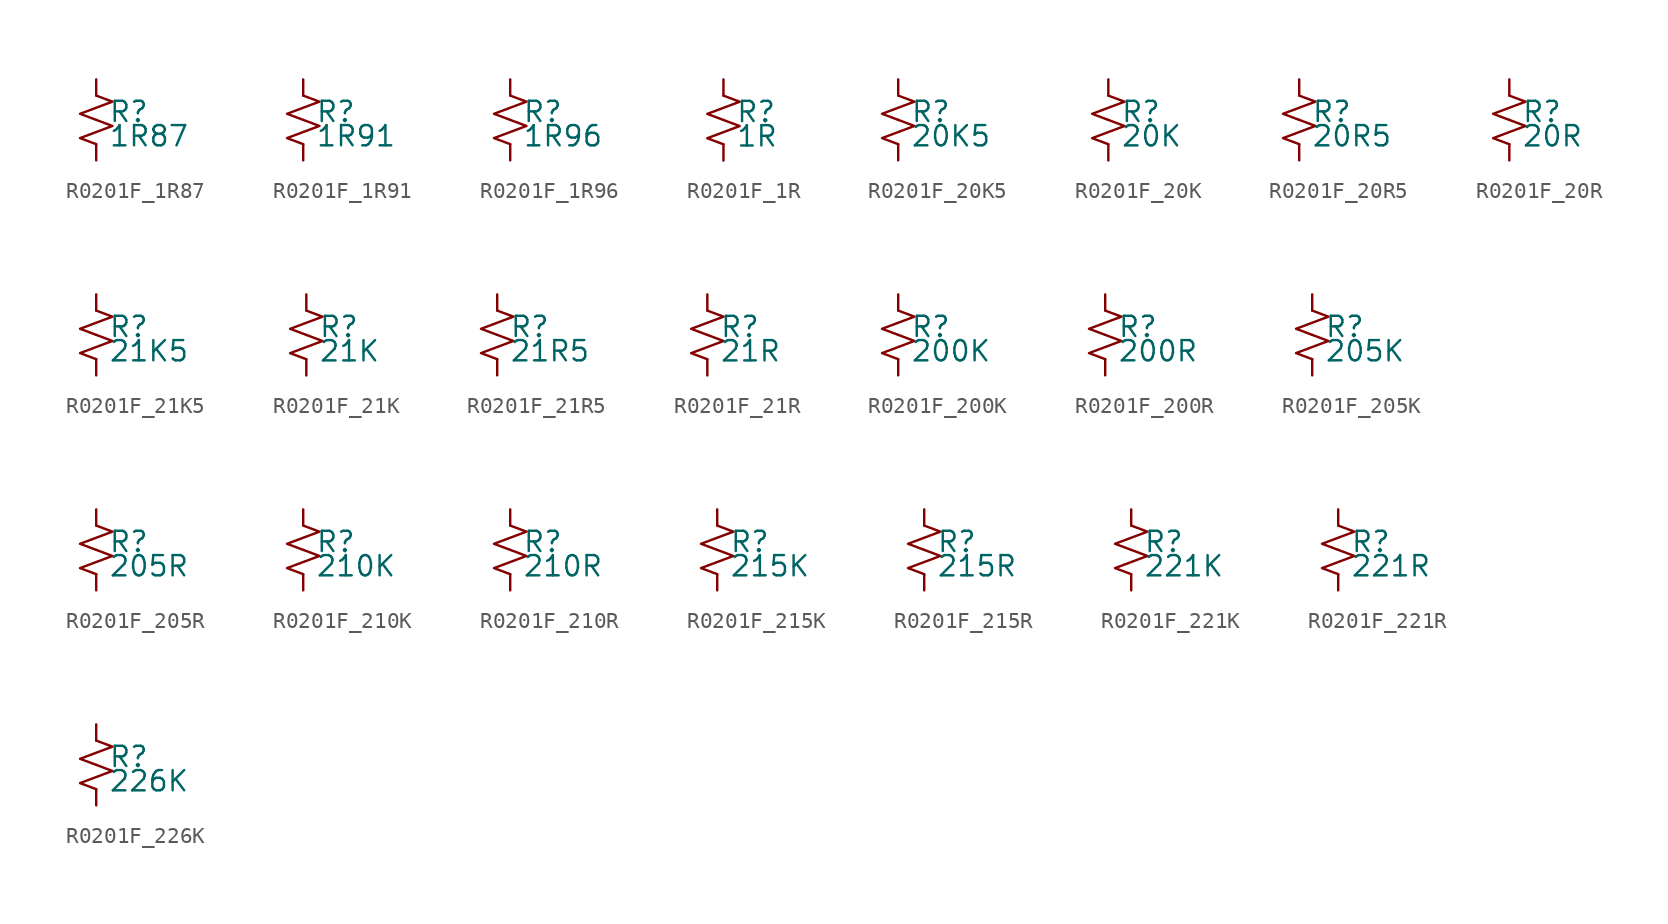
<source format=kicad_sym>
(kicad_symbol_lib
  (version 20220914)
  (generator kicad_symbol_editor)
  (symbol "R0201F_1R87"
    (pin_numbers hide)
    (pin_names
      (offset 0.254) hide)
    (property "Reference" "R"
      (at 0.762 0.508 0)
      (effects (font (size 1.27 1.27)) (justify left)))
    (property "Value" "1R87"
      (at 0.762 -1.016 0)
      (effects (font (size 1.27 1.27)) (justify left)))
    (symbol "R0201F_1R87_1_1"
      (polyline (pts (xy 0 0) (xy 1.016 -0.381) (xy 0 -0.762) (xy -1.016 -1.143) (xy 0 -1.524)) (stroke (width 0) (type default)) (fill (type none)))
      (polyline (pts (xy 0 1.524) (xy 1.016 1.143) (xy 0 0.762) (xy -1.016 0.381) (xy 0 0)) (stroke (width 0) (type default)) (fill (type none)))
      (pin passive line (at 0 2.54 270) (length 1.016) (name "~" (effects (font (size 1.27 1.27)))) (number "1" (effects (font (size 1.27 1.27)))))
      (pin passive line (at 0 -2.54 90) (length 1.016) (name "~" (effects (font (size 1.27 1.27)))) (number "2" (effects (font (size 1.27 1.27)))))))
  (symbol "R0201F_1R91"
    (pin_numbers hide)
    (pin_names
      (offset 0.254) hide)
    (property "Reference" "R"
      (at 0.762 0.508 0)
      (effects (font (size 1.27 1.27)) (justify left)))
    (property "Value" "1R91"
      (at 0.762 -1.016 0)
      (effects (font (size 1.27 1.27)) (justify left)))
    (symbol "R0201F_1R91_1_1"
      (polyline (pts (xy 0 0) (xy 1.016 -0.381) (xy 0 -0.762) (xy -1.016 -1.143) (xy 0 -1.524)) (stroke (width 0) (type default)) (fill (type none)))
      (polyline (pts (xy 0 1.524) (xy 1.016 1.143) (xy 0 0.762) (xy -1.016 0.381) (xy 0 0)) (stroke (width 0) (type default)) (fill (type none)))
      (pin passive line (at 0 2.54 270) (length 1.016) (name "~" (effects (font (size 1.27 1.27)))) (number "1" (effects (font (size 1.27 1.27)))))
      (pin passive line (at 0 -2.54 90) (length 1.016) (name "~" (effects (font (size 1.27 1.27)))) (number "2" (effects (font (size 1.27 1.27)))))))
  (symbol "R0201F_1R96"
    (pin_numbers hide)
    (pin_names
      (offset 0.254) hide)
    (property "Reference" "R"
      (at 0.762 0.508 0)
      (effects (font (size 1.27 1.27)) (justify left)))
    (property "Value" "1R96"
      (at 0.762 -1.016 0)
      (effects (font (size 1.27 1.27)) (justify left)))
    (symbol "R0201F_1R96_1_1"
      (polyline (pts (xy 0 0) (xy 1.016 -0.381) (xy 0 -0.762) (xy -1.016 -1.143) (xy 0 -1.524)) (stroke (width 0) (type default)) (fill (type none)))
      (polyline (pts (xy 0 1.524) (xy 1.016 1.143) (xy 0 0.762) (xy -1.016 0.381) (xy 0 0)) (stroke (width 0) (type default)) (fill (type none)))
      (pin passive line (at 0 2.54 270) (length 1.016) (name "~" (effects (font (size 1.27 1.27)))) (number "1" (effects (font (size 1.27 1.27)))))
      (pin passive line (at 0 -2.54 90) (length 1.016) (name "~" (effects (font (size 1.27 1.27)))) (number "2" (effects (font (size 1.27 1.27)))))))
  (symbol "R0201F_1R"
    (pin_numbers hide)
    (pin_names
      (offset 0.254) hide)
    (property "Reference" "R"
      (at 0.762 0.508 0)
      (effects (font (size 1.27 1.27)) (justify left)))
    (property "Value" "1R"
      (at 0.762 -1.016 0)
      (effects (font (size 1.27 1.27)) (justify left)))
    (symbol "R0201F_1R_1_1"
      (polyline (pts (xy 0 0) (xy 1.016 -0.381) (xy 0 -0.762) (xy -1.016 -1.143) (xy 0 -1.524)) (stroke (width 0) (type default)) (fill (type none)))
      (polyline (pts (xy 0 1.524) (xy 1.016 1.143) (xy 0 0.762) (xy -1.016 0.381) (xy 0 0)) (stroke (width 0) (type default)) (fill (type none)))
      (pin passive line (at 0 2.54 270) (length 1.016) (name "~" (effects (font (size 1.27 1.27)))) (number "1" (effects (font (size 1.27 1.27)))))
      (pin passive line (at 0 -2.54 90) (length 1.016) (name "~" (effects (font (size 1.27 1.27)))) (number "2" (effects (font (size 1.27 1.27)))))))
  (symbol "R0201F_20K5"
    (pin_numbers hide)
    (pin_names
      (offset 0.254) hide)
    (property "Reference" "R"
      (at 0.762 0.508 0)
      (effects (font (size 1.27 1.27)) (justify left)))
    (property "Value" "20K5"
      (at 0.762 -1.016 0)
      (effects (font (size 1.27 1.27)) (justify left)))
    (symbol "R0201F_20K5_1_1"
      (polyline (pts (xy 0 0) (xy 1.016 -0.381) (xy 0 -0.762) (xy -1.016 -1.143) (xy 0 -1.524)) (stroke (width 0) (type default)) (fill (type none)))
      (polyline (pts (xy 0 1.524) (xy 1.016 1.143) (xy 0 0.762) (xy -1.016 0.381) (xy 0 0)) (stroke (width 0) (type default)) (fill (type none)))
      (pin passive line (at 0 2.54 270) (length 1.016) (name "~" (effects (font (size 1.27 1.27)))) (number "1" (effects (font (size 1.27 1.27)))))
      (pin passive line (at 0 -2.54 90) (length 1.016) (name "~" (effects (font (size 1.27 1.27)))) (number "2" (effects (font (size 1.27 1.27)))))))
  (symbol "R0201F_20K"
    (pin_numbers hide)
    (pin_names
      (offset 0.254) hide)
    (property "Reference" "R"
      (at 0.762 0.508 0)
      (effects (font (size 1.27 1.27)) (justify left)))
    (property "Value" "20K"
      (at 0.762 -1.016 0)
      (effects (font (size 1.27 1.27)) (justify left)))
    (symbol "R0201F_20K_1_1"
      (polyline (pts (xy 0 0) (xy 1.016 -0.381) (xy 0 -0.762) (xy -1.016 -1.143) (xy 0 -1.524)) (stroke (width 0) (type default)) (fill (type none)))
      (polyline (pts (xy 0 1.524) (xy 1.016 1.143) (xy 0 0.762) (xy -1.016 0.381) (xy 0 0)) (stroke (width 0) (type default)) (fill (type none)))
      (pin passive line (at 0 2.54 270) (length 1.016) (name "~" (effects (font (size 1.27 1.27)))) (number "1" (effects (font (size 1.27 1.27)))))
      (pin passive line (at 0 -2.54 90) (length 1.016) (name "~" (effects (font (size 1.27 1.27)))) (number "2" (effects (font (size 1.27 1.27)))))))
  (symbol "R0201F_20R5"
    (pin_numbers hide)
    (pin_names
      (offset 0.254) hide)
    (property "Reference" "R"
      (at 0.762 0.508 0)
      (effects (font (size 1.27 1.27)) (justify left)))
    (property "Value" "20R5"
      (at 0.762 -1.016 0)
      (effects (font (size 1.27 1.27)) (justify left)))
    (symbol "R0201F_20R5_1_1"
      (polyline (pts (xy 0 0) (xy 1.016 -0.381) (xy 0 -0.762) (xy -1.016 -1.143) (xy 0 -1.524)) (stroke (width 0) (type default)) (fill (type none)))
      (polyline (pts (xy 0 1.524) (xy 1.016 1.143) (xy 0 0.762) (xy -1.016 0.381) (xy 0 0)) (stroke (width 0) (type default)) (fill (type none)))
      (pin passive line (at 0 2.54 270) (length 1.016) (name "~" (effects (font (size 1.27 1.27)))) (number "1" (effects (font (size 1.27 1.27)))))
      (pin passive line (at 0 -2.54 90) (length 1.016) (name "~" (effects (font (size 1.27 1.27)))) (number "2" (effects (font (size 1.27 1.27)))))))
  (symbol "R0201F_20R"
    (pin_numbers hide)
    (pin_names
      (offset 0.254) hide)
    (property "Reference" "R"
      (at 0.762 0.508 0)
      (effects (font (size 1.27 1.27)) (justify left)))
    (property "Value" "20R"
      (at 0.762 -1.016 0)
      (effects (font (size 1.27 1.27)) (justify left)))
    (symbol "R0201F_20R_1_1"
      (polyline (pts (xy 0 0) (xy 1.016 -0.381) (xy 0 -0.762) (xy -1.016 -1.143) (xy 0 -1.524)) (stroke (width 0) (type default)) (fill (type none)))
      (polyline (pts (xy 0 1.524) (xy 1.016 1.143) (xy 0 0.762) (xy -1.016 0.381) (xy 0 0)) (stroke (width 0) (type default)) (fill (type none)))
      (pin passive line (at 0 2.54 270) (length 1.016) (name "~" (effects (font (size 1.27 1.27)))) (number "1" (effects (font (size 1.27 1.27)))))
      (pin passive line (at 0 -2.54 90) (length 1.016) (name "~" (effects (font (size 1.27 1.27)))) (number "2" (effects (font (size 1.27 1.27)))))))
  (symbol "R0201F_21K5"
    (pin_numbers hide)
    (pin_names
      (offset 0.254) hide)
    (property "Reference" "R"
      (at 0.762 0.508 0)
      (effects (font (size 1.27 1.27)) (justify left)))
    (property "Value" "21K5"
      (at 0.762 -1.016 0)
      (effects (font (size 1.27 1.27)) (justify left)))
    (symbol "R0201F_21K5_1_1"
      (polyline (pts (xy 0 0) (xy 1.016 -0.381) (xy 0 -0.762) (xy -1.016 -1.143) (xy 0 -1.524)) (stroke (width 0) (type default)) (fill (type none)))
      (polyline (pts (xy 0 1.524) (xy 1.016 1.143) (xy 0 0.762) (xy -1.016 0.381) (xy 0 0)) (stroke (width 0) (type default)) (fill (type none)))
      (pin passive line (at 0 2.54 270) (length 1.016) (name "~" (effects (font (size 1.27 1.27)))) (number "1" (effects (font (size 1.27 1.27)))))
      (pin passive line (at 0 -2.54 90) (length 1.016) (name "~" (effects (font (size 1.27 1.27)))) (number "2" (effects (font (size 1.27 1.27)))))))
  (symbol "R0201F_21K"
    (pin_numbers hide)
    (pin_names
      (offset 0.254) hide)
    (property "Reference" "R"
      (at 0.762 0.508 0)
      (effects (font (size 1.27 1.27)) (justify left)))
    (property "Value" "21K"
      (at 0.762 -1.016 0)
      (effects (font (size 1.27 1.27)) (justify left)))
    (symbol "R0201F_21K_1_1"
      (polyline (pts (xy 0 0) (xy 1.016 -0.381) (xy 0 -0.762) (xy -1.016 -1.143) (xy 0 -1.524)) (stroke (width 0) (type default)) (fill (type none)))
      (polyline (pts (xy 0 1.524) (xy 1.016 1.143) (xy 0 0.762) (xy -1.016 0.381) (xy 0 0)) (stroke (width 0) (type default)) (fill (type none)))
      (pin passive line (at 0 2.54 270) (length 1.016) (name "~" (effects (font (size 1.27 1.27)))) (number "1" (effects (font (size 1.27 1.27)))))
      (pin passive line (at 0 -2.54 90) (length 1.016) (name "~" (effects (font (size 1.27 1.27)))) (number "2" (effects (font (size 1.27 1.27)))))))
  (symbol "R0201F_21R5"
    (pin_numbers hide)
    (pin_names
      (offset 0.254) hide)
    (property "Reference" "R"
      (at 0.762 0.508 0)
      (effects (font (size 1.27 1.27)) (justify left)))
    (property "Value" "21R5"
      (at 0.762 -1.016 0)
      (effects (font (size 1.27 1.27)) (justify left)))
    (symbol "R0201F_21R5_1_1"
      (polyline (pts (xy 0 0) (xy 1.016 -0.381) (xy 0 -0.762) (xy -1.016 -1.143) (xy 0 -1.524)) (stroke (width 0) (type default)) (fill (type none)))
      (polyline (pts (xy 0 1.524) (xy 1.016 1.143) (xy 0 0.762) (xy -1.016 0.381) (xy 0 0)) (stroke (width 0) (type default)) (fill (type none)))
      (pin passive line (at 0 2.54 270) (length 1.016) (name "~" (effects (font (size 1.27 1.27)))) (number "1" (effects (font (size 1.27 1.27)))))
      (pin passive line (at 0 -2.54 90) (length 1.016) (name "~" (effects (font (size 1.27 1.27)))) (number "2" (effects (font (size 1.27 1.27)))))))
  (symbol "R0201F_21R"
    (pin_numbers hide)
    (pin_names
      (offset 0.254) hide)
    (property "Reference" "R"
      (at 0.762 0.508 0)
      (effects (font (size 1.27 1.27)) (justify left)))
    (property "Value" "21R"
      (at 0.762 -1.016 0)
      (effects (font (size 1.27 1.27)) (justify left)))
    (symbol "R0201F_21R_1_1"
      (polyline (pts (xy 0 0) (xy 1.016 -0.381) (xy 0 -0.762) (xy -1.016 -1.143) (xy 0 -1.524)) (stroke (width 0) (type default)) (fill (type none)))
      (polyline (pts (xy 0 1.524) (xy 1.016 1.143) (xy 0 0.762) (xy -1.016 0.381) (xy 0 0)) (stroke (width 0) (type default)) (fill (type none)))
      (pin passive line (at 0 2.54 270) (length 1.016) (name "~" (effects (font (size 1.27 1.27)))) (number "1" (effects (font (size 1.27 1.27)))))
      (pin passive line (at 0 -2.54 90) (length 1.016) (name "~" (effects (font (size 1.27 1.27)))) (number "2" (effects (font (size 1.27 1.27)))))))
  (symbol "R0201F_200K"
    (pin_numbers hide)
    (pin_names
      (offset 0.254) hide)
    (property "Reference" "R"
      (at 0.762 0.508 0)
      (effects (font (size 1.27 1.27)) (justify left)))
    (property "Value" "200K"
      (at 0.762 -1.016 0)
      (effects (font (size 1.27 1.27)) (justify left)))
    (symbol "R0201F_200K_1_1"
      (polyline (pts (xy 0 0) (xy 1.016 -0.381) (xy 0 -0.762) (xy -1.016 -1.143) (xy 0 -1.524)) (stroke (width 0) (type default)) (fill (type none)))
      (polyline (pts (xy 0 1.524) (xy 1.016 1.143) (xy 0 0.762) (xy -1.016 0.381) (xy 0 0)) (stroke (width 0) (type default)) (fill (type none)))
      (pin passive line (at 0 2.54 270) (length 1.016) (name "~" (effects (font (size 1.27 1.27)))) (number "1" (effects (font (size 1.27 1.27)))))
      (pin passive line (at 0 -2.54 90) (length 1.016) (name "~" (effects (font (size 1.27 1.27)))) (number "2" (effects (font (size 1.27 1.27)))))))
  (symbol "R0201F_200R"
    (pin_numbers hide)
    (pin_names
      (offset 0.254) hide)
    (property "Reference" "R"
      (at 0.762 0.508 0)
      (effects (font (size 1.27 1.27)) (justify left)))
    (property "Value" "200R"
      (at 0.762 -1.016 0)
      (effects (font (size 1.27 1.27)) (justify left)))
    (symbol "R0201F_200R_1_1"
      (polyline (pts (xy 0 0) (xy 1.016 -0.381) (xy 0 -0.762) (xy -1.016 -1.143) (xy 0 -1.524)) (stroke (width 0) (type default)) (fill (type none)))
      (polyline (pts (xy 0 1.524) (xy 1.016 1.143) (xy 0 0.762) (xy -1.016 0.381) (xy 0 0)) (stroke (width 0) (type default)) (fill (type none)))
      (pin passive line (at 0 2.54 270) (length 1.016) (name "~" (effects (font (size 1.27 1.27)))) (number "1" (effects (font (size 1.27 1.27)))))
      (pin passive line (at 0 -2.54 90) (length 1.016) (name "~" (effects (font (size 1.27 1.27)))) (number "2" (effects (font (size 1.27 1.27)))))))
  (symbol "R0201F_205K"
    (pin_numbers hide)
    (pin_names
      (offset 0.254) hide)
    (property "Reference" "R"
      (at 0.762 0.508 0)
      (effects (font (size 1.27 1.27)) (justify left)))
    (property "Value" "205K"
      (at 0.762 -1.016 0)
      (effects (font (size 1.27 1.27)) (justify left)))
    (symbol "R0201F_205K_1_1"
      (polyline (pts (xy 0 0) (xy 1.016 -0.381) (xy 0 -0.762) (xy -1.016 -1.143) (xy 0 -1.524)) (stroke (width 0) (type default)) (fill (type none)))
      (polyline (pts (xy 0 1.524) (xy 1.016 1.143) (xy 0 0.762) (xy -1.016 0.381) (xy 0 0)) (stroke (width 0) (type default)) (fill (type none)))
      (pin passive line (at 0 2.54 270) (length 1.016) (name "~" (effects (font (size 1.27 1.27)))) (number "1" (effects (font (size 1.27 1.27)))))
      (pin passive line (at 0 -2.54 90) (length 1.016) (name "~" (effects (font (size 1.27 1.27)))) (number "2" (effects (font (size 1.27 1.27)))))))
  (symbol "R0201F_205R"
    (pin_numbers hide)
    (pin_names
      (offset 0.254) hide)
    (property "Reference" "R"
      (at 0.762 0.508 0)
      (effects (font (size 1.27 1.27)) (justify left)))
    (property "Value" "205R"
      (at 0.762 -1.016 0)
      (effects (font (size 1.27 1.27)) (justify left)))
    (symbol "R0201F_205R_1_1"
      (polyline (pts (xy 0 0) (xy 1.016 -0.381) (xy 0 -0.762) (xy -1.016 -1.143) (xy 0 -1.524)) (stroke (width 0) (type default)) (fill (type none)))
      (polyline (pts (xy 0 1.524) (xy 1.016 1.143) (xy 0 0.762) (xy -1.016 0.381) (xy 0 0)) (stroke (width 0) (type default)) (fill (type none)))
      (pin passive line (at 0 2.54 270) (length 1.016) (name "~" (effects (font (size 1.27 1.27)))) (number "1" (effects (font (size 1.27 1.27)))))
      (pin passive line (at 0 -2.54 90) (length 1.016) (name "~" (effects (font (size 1.27 1.27)))) (number "2" (effects (font (size 1.27 1.27)))))))
  (symbol "R0201F_210K"
    (pin_numbers hide)
    (pin_names
      (offset 0.254) hide)
    (property "Reference" "R"
      (at 0.762 0.508 0)
      (effects (font (size 1.27 1.27)) (justify left)))
    (property "Value" "210K"
      (at 0.762 -1.016 0)
      (effects (font (size 1.27 1.27)) (justify left)))
    (symbol "R0201F_210K_1_1"
      (polyline (pts (xy 0 0) (xy 1.016 -0.381) (xy 0 -0.762) (xy -1.016 -1.143) (xy 0 -1.524)) (stroke (width 0) (type default)) (fill (type none)))
      (polyline (pts (xy 0 1.524) (xy 1.016 1.143) (xy 0 0.762) (xy -1.016 0.381) (xy 0 0)) (stroke (width 0) (type default)) (fill (type none)))
      (pin passive line (at 0 2.54 270) (length 1.016) (name "~" (effects (font (size 1.27 1.27)))) (number "1" (effects (font (size 1.27 1.27)))))
      (pin passive line (at 0 -2.54 90) (length 1.016) (name "~" (effects (font (size 1.27 1.27)))) (number "2" (effects (font (size 1.27 1.27)))))))
  (symbol "R0201F_210R"
    (pin_numbers hide)
    (pin_names
      (offset 0.254) hide)
    (property "Reference" "R"
      (at 0.762 0.508 0)
      (effects (font (size 1.27 1.27)) (justify left)))
    (property "Value" "210R"
      (at 0.762 -1.016 0)
      (effects (font (size 1.27 1.27)) (justify left)))
    (symbol "R0201F_210R_1_1"
      (polyline (pts (xy 0 0) (xy 1.016 -0.381) (xy 0 -0.762) (xy -1.016 -1.143) (xy 0 -1.524)) (stroke (width 0) (type default)) (fill (type none)))
      (polyline (pts (xy 0 1.524) (xy 1.016 1.143) (xy 0 0.762) (xy -1.016 0.381) (xy 0 0)) (stroke (width 0) (type default)) (fill (type none)))
      (pin passive line (at 0 2.54 270) (length 1.016) (name "~" (effects (font (size 1.27 1.27)))) (number "1" (effects (font (size 1.27 1.27)))))
      (pin passive line (at 0 -2.54 90) (length 1.016) (name "~" (effects (font (size 1.27 1.27)))) (number "2" (effects (font (size 1.27 1.27)))))))
  (symbol "R0201F_215K"
    (pin_numbers hide)
    (pin_names
      (offset 0.254) hide)
    (property "Reference" "R"
      (at 0.762 0.508 0)
      (effects (font (size 1.27 1.27)) (justify left)))
    (property "Value" "215K"
      (at 0.762 -1.016 0)
      (effects (font (size 1.27 1.27)) (justify left)))
    (symbol "R0201F_215K_1_1"
      (polyline (pts (xy 0 0) (xy 1.016 -0.381) (xy 0 -0.762) (xy -1.016 -1.143) (xy 0 -1.524)) (stroke (width 0) (type default)) (fill (type none)))
      (polyline (pts (xy 0 1.524) (xy 1.016 1.143) (xy 0 0.762) (xy -1.016 0.381) (xy 0 0)) (stroke (width 0) (type default)) (fill (type none)))
      (pin passive line (at 0 2.54 270) (length 1.016) (name "~" (effects (font (size 1.27 1.27)))) (number "1" (effects (font (size 1.27 1.27)))))
      (pin passive line (at 0 -2.54 90) (length 1.016) (name "~" (effects (font (size 1.27 1.27)))) (number "2" (effects (font (size 1.27 1.27)))))))
  (symbol "R0201F_215R"
    (pin_numbers hide)
    (pin_names
      (offset 0.254) hide)
    (property "Reference" "R"
      (at 0.762 0.508 0)
      (effects (font (size 1.27 1.27)) (justify left)))
    (property "Value" "215R"
      (at 0.762 -1.016 0)
      (effects (font (size 1.27 1.27)) (justify left)))
    (symbol "R0201F_215R_1_1"
      (polyline (pts (xy 0 0) (xy 1.016 -0.381) (xy 0 -0.762) (xy -1.016 -1.143) (xy 0 -1.524)) (stroke (width 0) (type default)) (fill (type none)))
      (polyline (pts (xy 0 1.524) (xy 1.016 1.143) (xy 0 0.762) (xy -1.016 0.381) (xy 0 0)) (stroke (width 0) (type default)) (fill (type none)))
      (pin passive line (at 0 2.54 270) (length 1.016) (name "~" (effects (font (size 1.27 1.27)))) (number "1" (effects (font (size 1.27 1.27)))))
      (pin passive line (at 0 -2.54 90) (length 1.016) (name "~" (effects (font (size 1.27 1.27)))) (number "2" (effects (font (size 1.27 1.27)))))))
  (symbol "R0201F_221K"
    (pin_numbers hide)
    (pin_names
      (offset 0.254) hide)
    (property "Reference" "R"
      (at 0.762 0.508 0)
      (effects (font (size 1.27 1.27)) (justify left)))
    (property "Value" "221K"
      (at 0.762 -1.016 0)
      (effects (font (size 1.27 1.27)) (justify left)))
    (symbol "R0201F_221K_1_1"
      (polyline (pts (xy 0 0) (xy 1.016 -0.381) (xy 0 -0.762) (xy -1.016 -1.143) (xy 0 -1.524)) (stroke (width 0) (type default)) (fill (type none)))
      (polyline (pts (xy 0 1.524) (xy 1.016 1.143) (xy 0 0.762) (xy -1.016 0.381) (xy 0 0)) (stroke (width 0) (type default)) (fill (type none)))
      (pin passive line (at 0 2.54 270) (length 1.016) (name "~" (effects (font (size 1.27 1.27)))) (number "1" (effects (font (size 1.27 1.27)))))
      (pin passive line (at 0 -2.54 90) (length 1.016) (name "~" (effects (font (size 1.27 1.27)))) (number "2" (effects (font (size 1.27 1.27)))))))
  (symbol "R0201F_221R"
    (pin_numbers hide)
    (pin_names
      (offset 0.254) hide)
    (property "Reference" "R"
      (at 0.762 0.508 0)
      (effects (font (size 1.27 1.27)) (justify left)))
    (property "Value" "221R"
      (at 0.762 -1.016 0)
      (effects (font (size 1.27 1.27)) (justify left)))
    (symbol "R0201F_221R_1_1"
      (polyline (pts (xy 0 0) (xy 1.016 -0.381) (xy 0 -0.762) (xy -1.016 -1.143) (xy 0 -1.524)) (stroke (width 0) (type default)) (fill (type none)))
      (polyline (pts (xy 0 1.524) (xy 1.016 1.143) (xy 0 0.762) (xy -1.016 0.381) (xy 0 0)) (stroke (width 0) (type default)) (fill (type none)))
      (pin passive line (at 0 2.54 270) (length 1.016) (name "~" (effects (font (size 1.27 1.27)))) (number "1" (effects (font (size 1.27 1.27)))))
      (pin passive line (at 0 -2.54 90) (length 1.016) (name "~" (effects (font (size 1.27 1.27)))) (number "2" (effects (font (size 1.27 1.27)))))))
  (symbol "R0201F_226K"
    (pin_numbers hide)
    (pin_names
      (offset 0.254) hide)
    (property "Reference" "R"
      (at 0.762 0.508 0)
      (effects (font (size 1.27 1.27)) (justify left)))
    (property "Value" "226K"
      (at 0.762 -1.016 0)
      (effects (font (size 1.27 1.27)) (justify left)))
    (symbol "R0201F_226K_1_1"
      (polyline (pts (xy 0 0) (xy 1.016 -0.381) (xy 0 -0.762) (xy -1.016 -1.143) (xy 0 -1.524)) (stroke (width 0) (type default)) (fill (type none)))
      (polyline (pts (xy 0 1.524) (xy 1.016 1.143) (xy 0 0.762) (xy -1.016 0.381) (xy 0 0)) (stroke (width 0) (type default)) (fill (type none)))
      (pin passive line (at 0 2.54 270) (length 1.016) (name "~" (effects (font (size 1.27 1.27)))) (number "1" (effects (font (size 1.27 1.27)))))
      (pin passive line (at 0 -2.54 90) (length 1.016) (name "~" (effects (font (size 1.27 1.27)))) (number "2" (effects (font (size 1.27 1.27))))))))
</source>
